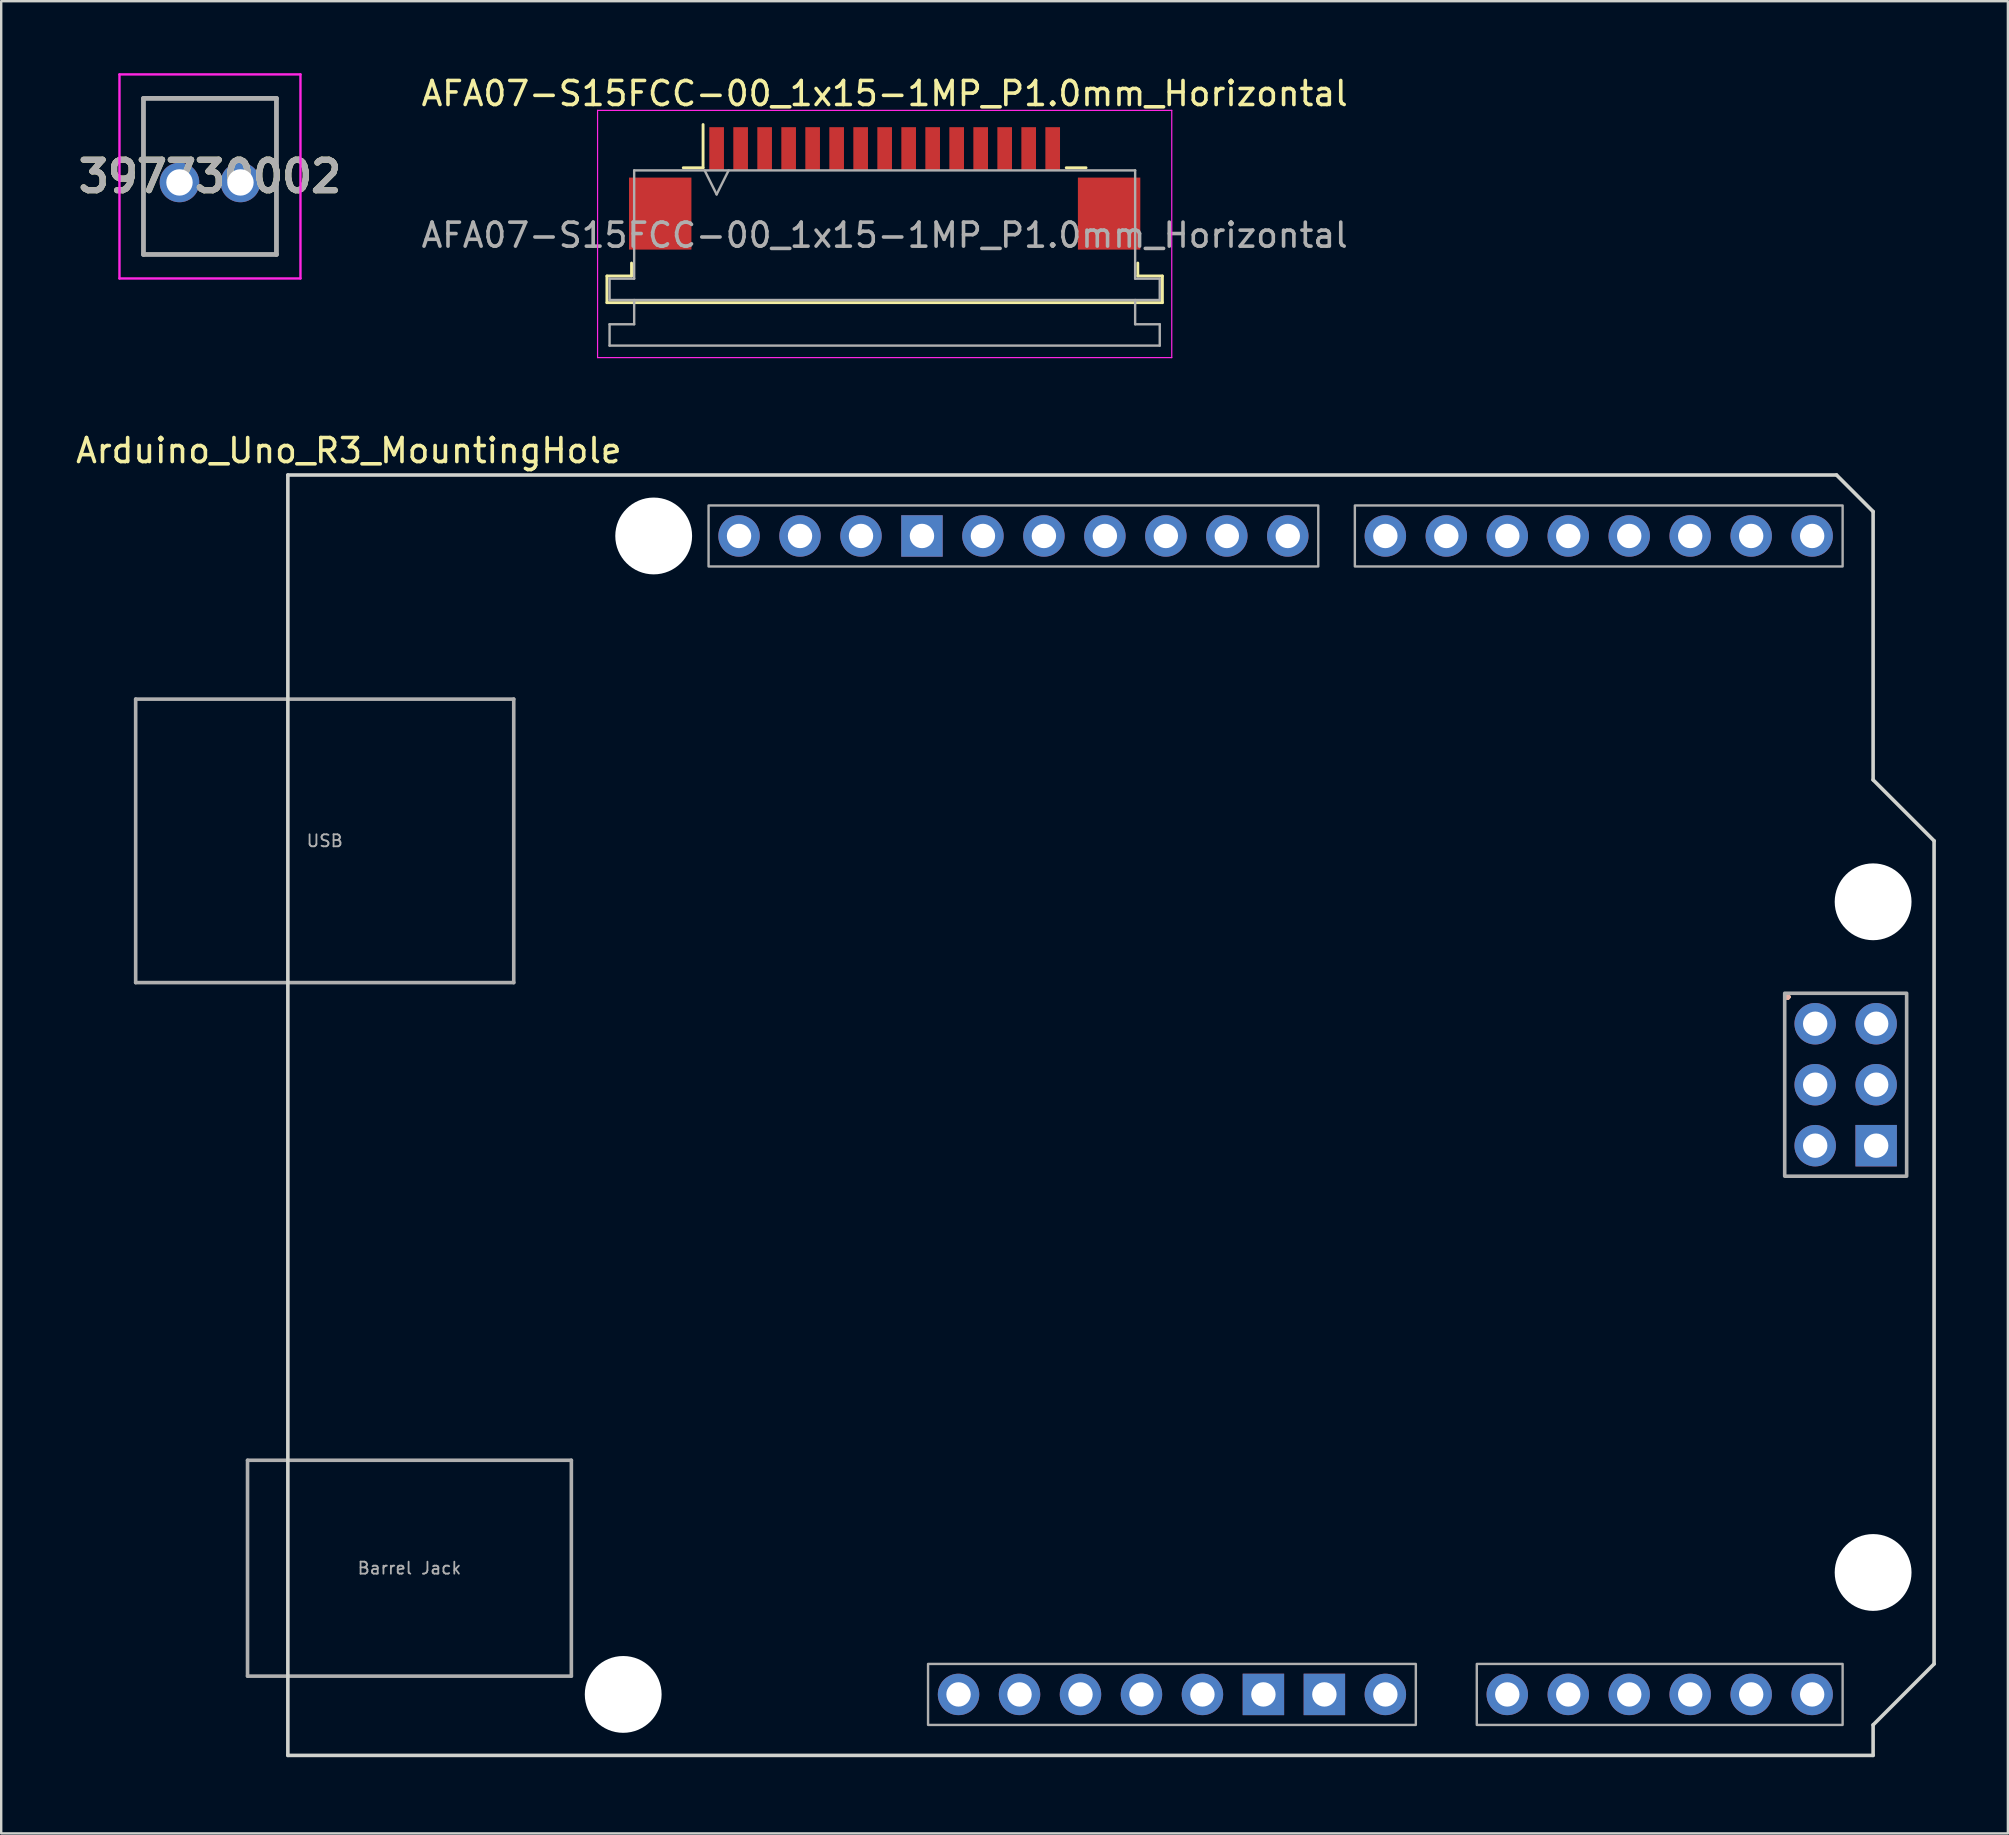
<source format=kicad_pcb>
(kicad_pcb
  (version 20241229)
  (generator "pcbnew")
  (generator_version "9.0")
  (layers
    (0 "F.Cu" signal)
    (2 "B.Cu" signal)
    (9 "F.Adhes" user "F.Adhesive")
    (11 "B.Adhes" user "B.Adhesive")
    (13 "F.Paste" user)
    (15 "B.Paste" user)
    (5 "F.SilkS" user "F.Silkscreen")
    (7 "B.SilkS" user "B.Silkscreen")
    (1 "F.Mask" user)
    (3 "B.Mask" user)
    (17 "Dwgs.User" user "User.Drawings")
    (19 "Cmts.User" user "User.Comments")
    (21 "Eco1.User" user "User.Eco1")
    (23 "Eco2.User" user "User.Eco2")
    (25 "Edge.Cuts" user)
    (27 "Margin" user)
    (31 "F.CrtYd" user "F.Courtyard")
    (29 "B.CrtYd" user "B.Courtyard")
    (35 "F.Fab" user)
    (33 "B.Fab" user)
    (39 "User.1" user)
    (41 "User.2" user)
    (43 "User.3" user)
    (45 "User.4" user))
  (footprint "AFA07-S15FCC-00_1x15-1MP_P1.0mm_Horizontal"
    (layer "F.Cu")
    (at 33.804 4.848)
    (property "Reference" "AFA07-S15FCC-00_1x15-1MP_P1.0mm_Horizontal" (at 0 -4 0) (layer "F.SilkS") (effects (font (size 1 1) (thickness 0.15))))
    (attr smd)
    (fp_line (start -11.57 3.6) (end -10.545 3.6) (stroke (width 0.12) (type solid)) (layer "F.SilkS"))
    (fp_line (start -11.57 4.71) (end -11.57 3.6) (stroke (width 0.12) (type solid)) (layer "F.SilkS"))
    (fp_line (start -10.545 3.6) (end -10.545 3.06) (stroke (width 0.12) (type solid)) (layer "F.SilkS"))
    (fp_line (start -8.39 -0.91) (end -7.565 -0.91) (stroke (width 0.12) (type solid)) (layer "F.SilkS"))
    (fp_line (start -7.565 -0.91) (end -7.565 -2.71) (stroke (width 0.12) (type solid)) (layer "F.SilkS"))
    (fp_line (start 7.565 -0.91) (end 8.39 -0.91) (stroke (width 0.12) (type solid)) (layer "F.SilkS"))
    (fp_line (start 10.545 3.06) (end 10.545 3.6) (stroke (width 0.12) (type solid)) (layer "F.SilkS"))
    (fp_line (start 10.545 3.6) (end 11.57 3.6) (stroke (width 0.12) (type solid)) (layer "F.SilkS"))
    (fp_line (start 11.57 3.6) (end 11.57 4.71) (stroke (width 0.12) (type solid)) (layer "F.SilkS"))
    (fp_line (start 11.57 4.71) (end -11.57 4.71) (stroke (width 0.12) (type solid)) (layer "F.SilkS"))
    (fp_line (start -11.96 -3.3) (end -11.96 7) (stroke (width 0.05) (type solid)) (layer "F.CrtYd"))
    (fp_line (start -11.96 7) (end 11.96 7) (stroke (width 0.05) (type solid)) (layer "F.CrtYd"))
    (fp_line (start 11.96 -3.3) (end -11.96 -3.3) (stroke (width 0.05) (type solid)) (layer "F.CrtYd"))
    (fp_line (start 11.96 7) (end 11.96 -3.3) (stroke (width 0.05) (type solid)) (layer "F.CrtYd"))
    (fp_line (start -11.46 3.71) (end -10.435 3.71) (stroke (width 0.1) (type solid)) (layer "F.Fab"))
    (fp_line (start -11.46 4.6) (end -11.46 3.71) (stroke (width 0.1) (type solid)) (layer "F.Fab"))
    (fp_line (start -11.46 5.61) (end -10.435 5.61) (stroke (width 0.1) (type solid)) (layer "F.Fab"))
    (fp_line (start -11.46 6.5) (end -11.46 5.61) (stroke (width 0.1) (type solid)) (layer "F.Fab"))
    (fp_line (start -10.435 -0.8) (end 10.435 -0.8) (stroke (width 0.1) (type solid)) (layer "F.Fab"))
    (fp_line (start -10.435 3.71) (end -10.435 -0.8) (stroke (width 0.1) (type solid)) (layer "F.Fab"))
    (fp_line (start -10.435 5.61) (end -10.435 4.6) (stroke (width 0.1) (type solid)) (layer "F.Fab"))
    (fp_line (start -7.5 -0.8) (end -7 0.2) (stroke (width 0.1) (type solid)) (layer "F.Fab"))
    (fp_line (start -7 0.2) (end -6.5 -0.8) (stroke (width 0.1) (type solid)) (layer "F.Fab"))
    (fp_line (start 10.435 -0.8) (end 10.435 3.71) (stroke (width 0.1) (type solid)) (layer "F.Fab"))
    (fp_line (start 10.435 3.71) (end 11.46 3.71) (stroke (width 0.1) (type solid)) (layer "F.Fab"))
    (fp_line (start 10.435 4.6) (end 10.435 5.61) (stroke (width 0.1) (type solid)) (layer "F.Fab"))
    (fp_line (start 10.435 5.61) (end 11.46 5.61) (stroke (width 0.1) (type solid)) (layer "F.Fab"))
    (fp_line (start 11.46 3.71) (end 11.46 4.6) (stroke (width 0.1) (type solid)) (layer "F.Fab"))
    (fp_line (start 11.46 4.6) (end -11.46 4.6) (stroke (width 0.1) (type solid)) (layer "F.Fab"))
    (fp_line (start 11.46 5.61) (end 11.46 6.5) (stroke (width 0.1) (type solid)) (layer "F.Fab"))
    (fp_line (start 11.46 6.5) (end -11.46 6.5) (stroke (width 0.1) (type solid)) (layer "F.Fab"))
    (fp_text user "${REFERENCE}" (at 0 1.9 0) (layer "F.Fab") (effects (font (size 1 1) (thickness 0.15))))
    (pad "1" smd rect (at -7 -1.7) (size 0.61 1.8) (layers "F.Cu" "F.Mask" "F.Paste"))
    (pad "2" smd rect (at -6 -1.7) (size 0.61 1.8) (layers "F.Cu" "F.Mask" "F.Paste"))
    (pad "3" smd rect (at -5 -1.7) (size 0.61 1.8) (layers "F.Cu" "F.Mask" "F.Paste"))
    (pad "4" smd rect (at -4 -1.7) (size 0.61 1.8) (layers "F.Cu" "F.Mask" "F.Paste"))
    (pad "5" smd rect (at -3 -1.7) (size 0.61 1.8) (layers "F.Cu" "F.Mask" "F.Paste"))
    (pad "6" smd rect (at -2 -1.7) (size 0.61 1.8) (layers "F.Cu" "F.Mask" "F.Paste"))
    (pad "7" smd rect (at -1 -1.7) (size 0.61 1.8) (layers "F.Cu" "F.Mask" "F.Paste"))
    (pad "8" smd rect (at 0 -1.7) (size 0.61 1.8) (layers "F.Cu" "F.Mask" "F.Paste"))
    (pad "9" smd rect (at 1 -1.7) (size 0.61 1.8) (layers "F.Cu" "F.Mask" "F.Paste"))
    (pad "10" smd rect (at 2 -1.7) (size 0.61 1.8) (layers "F.Cu" "F.Mask" "F.Paste"))
    (pad "11" smd rect (at 3 -1.7) (size 0.61 1.8) (layers "F.Cu" "F.Mask" "F.Paste"))
    (pad "12" smd rect (at 4 -1.7) (size 0.61 1.8) (layers "F.Cu" "F.Mask" "F.Paste"))
    (pad "13" smd rect (at 5 -1.7) (size 0.61 1.8) (layers "F.Cu" "F.Mask" "F.Paste"))
    (pad "14" smd rect (at 6 -1.7) (size 0.61 1.8) (layers "F.Cu" "F.Mask" "F.Paste"))
    (pad "15" smd rect (at 7 -1.7) (size 0.61 1.8) (layers "F.Cu" "F.Mask" "F.Paste"))
    (pad "MP" smd rect (at -9.35 1) (size 2.6 3) (layers "F.Cu" "F.Mask" "F.Paste"))
    (pad "MP" smd rect (at 9.35 1) (size 2.6 3) (layers "F.Cu" "F.Mask" "F.Paste")))
  (footprint "397730002"
    (layer "F.Cu")
    (at 4.427 4.55)
    (property "Reference" "397730002" (at 1.27 -0.25 0) (layer "F.SilkS") (effects (font (size 1.27 1.27) (thickness 0.254))))
    (attr through_hole)
    (fp_line (start -1.5 -3.5) (end 4.04 -3.5) (stroke (width 0.1) (type solid)) (layer "F.SilkS"))
    (fp_line (start -1.5 3) (end -1.5 -3.5) (stroke (width 0.1) (type solid)) (layer "F.SilkS"))
    (fp_line (start 4.04 -3.5) (end 4.04 3) (stroke (width 0.1) (type solid)) (layer "F.SilkS"))
    (fp_line (start 4.04 3) (end -1.5 3) (stroke (width 0.1) (type solid)) (layer "F.SilkS"))
    (fp_line (start -2.5 -4.5) (end 5.04 -4.5) (stroke (width 0.1) (type solid)) (layer "F.CrtYd"))
    (fp_line (start -2.5 4) (end -2.5 -4.5) (stroke (width 0.1) (type solid)) (layer "F.CrtYd"))
    (fp_line (start 5.04 -4.5) (end 5.04 4) (stroke (width 0.1) (type solid)) (layer "F.CrtYd"))
    (fp_line (start 5.04 4) (end -2.5 4) (stroke (width 0.1) (type solid)) (layer "F.CrtYd"))
    (fp_line (start -1.5 -3.5) (end 4.04 -3.5) (stroke (width 0.2) (type solid)) (layer "F.Fab"))
    (fp_line (start -1.5 3) (end -1.5 -3.5) (stroke (width 0.2) (type solid)) (layer "F.Fab"))
    (fp_line (start 4.04 -3.5) (end 4.04 3) (stroke (width 0.2) (type solid)) (layer "F.Fab"))
    (fp_line (start 4.04 3) (end -1.5 3) (stroke (width 0.2) (type solid)) (layer "F.Fab"))
    (fp_text user "${REFERENCE}" (at 1.27 -0.25 0) (layer "F.Fab") (effects (font (size 1.27 1.27) (thickness 0.254))))
    (pad "1" thru_hole circle (at 0 0) (size 1.65 1.65) (drill 1.1) (layers "*.Cu" "*.Mask"))
    (pad "2" thru_hole circle (at 2.54 0) (size 1.65 1.65) (drill 1.1) (layers "*.Cu" "*.Mask")))
  (footprint "Arduino_Uno_R3_MountingHole"
    (layer "F.Cu")
    (at 8.942 70.078)
    (property "Reference" "Arduino_Uno_R3_MountingHole" (at 2.54 -54.356 0) (layer "F.SilkS") (effects (font (size 1 1) (thickness 0.15))))
    (attr through_hole)
    (fp_line (start 0 -53.34) (end 0 0) (stroke (width 0.15) (type solid)) (layer "Edge.Cuts"))
    (fp_line (start 0 -53.34) (end 64.516 -53.34) (stroke (width 0.15) (type solid)) (layer "Edge.Cuts"))
    (fp_line (start 0 0) (end 66.04 0) (stroke (width 0.15) (type solid)) (layer "Edge.Cuts"))
    (fp_line (start 64.516 -53.34) (end 66.04 -51.816) (stroke (width 0.15) (type solid)) (layer "Edge.Cuts"))
    (fp_line (start 66.04 -40.64) (end 66.04 -51.816) (stroke (width 0.15) (type solid)) (layer "Edge.Cuts"))
    (fp_line (start 66.04 -1.27) (end 68.58 -3.81) (stroke (width 0.15) (type solid)) (layer "Edge.Cuts"))
    (fp_line (start 66.04 0) (end 66.04 -1.27) (stroke (width 0.15) (type solid)) (layer "Edge.Cuts"))
    (fp_line (start 68.58 -38.1) (end 66.04 -40.64) (stroke (width 0.15) (type solid)) (layer "Edge.Cuts"))
    (fp_line (start 68.58 -3.81) (end 68.58 -38.1) (stroke (width 0.15) (type solid)) (layer "Edge.Cuts"))
    (fp_line (start -6.34 -44.004) (end 9.41 -44.004) (stroke (width 0.15) (type solid)) (layer "F.Fab"))
    (fp_line (start -6.34 -32.194) (end -6.34 -44.004) (stroke (width 0.15) (type solid)) (layer "F.Fab"))
    (fp_line (start -6.34 -32.194) (end 9.41 -32.194) (stroke (width 0.15) (type solid)) (layer "F.Fab"))
    (fp_line (start -1.68 -12.294) (end -1.68 -3.303) (stroke (width 0.15) (type solid)) (layer "F.Fab"))
    (fp_line (start -1.68 -12.294) (end 11.81 -12.294) (stroke (width 0.15) (type solid)) (layer "F.Fab"))
    (fp_line (start -1.68 -3.303) (end 11.81 -3.303) (stroke (width 0.15) (type solid)) (layer "F.Fab"))
    (fp_line (start 9.41 -32.194) (end 9.41 -44.004) (stroke (width 0.15) (type solid)) (layer "F.Fab"))
    (fp_line (start 11.81 -12.294) (end 11.81 -3.303) (stroke (width 0.15) (type solid)) (layer "F.Fab"))
    (fp_rect (start 17.526 -52.07) (end 42.926 -49.53) (stroke (width 0.1) (type solid)) (fill no) (layer "F.Fab"))
    (fp_rect (start 26.67 -3.81) (end 46.99 -1.27) (stroke (width 0.1) (type solid)) (fill no) (layer "F.Fab"))
    (fp_rect (start 44.45 -52.07) (end 64.77 -49.53) (stroke (width 0.1) (type solid)) (fill no) (layer "F.Fab"))
    (fp_rect (start 49.53 -3.81) (end 64.77 -1.27) (stroke (width 0.1) (type solid)) (fill no) (layer "F.Fab"))
    (fp_rect (start 62.357 -31.75) (end 67.437 -24.13) (stroke (width 0.15) (type solid)) (fill no) (layer "F.Fab"))
    (fp_text user "." (at 62.484 -32.004 0) (layer "F.SilkS") (effects (font (size 1 1) (thickness 0.15))))
    (fp_text user "." (at 62.484 -32.004 0) (layer "B.SilkS") (effects (font (size 1 1) (thickness 0.15))))
    (fp_text user "USB" (at 1.535 -38.099 0) (layer "F.Fab") (effects (font (size 0.5 0.5) (thickness 0.075))))
    (fp_text user "Barrel Jack" (at 5.065 -7.798 0) (layer "F.Fab") (effects (font (size 0.5 0.5) (thickness 0.075))))
    (pad "" np_thru_hole circle (at 13.97 -2.54) (size 3.2 3.2) (drill 3.2) (layers "*.Cu" "*.Mask"))
    (pad "" np_thru_hole circle (at 15.24 -50.8) (size 3.2 3.2) (drill 3.2) (layers "*.Cu" "*.Mask"))
    (pad "" thru_hole oval (at 27.94 -2.54) (size 1.727 1.727) (drill 1.016) (layers "*.Cu" "*.Mask"))
    (pad "" np_thru_hole circle (at 66.04 -35.56) (size 3.2 3.2) (drill 3.2) (layers "*.Cu" "*.Mask"))
    (pad "" np_thru_hole circle (at 66.04 -7.62) (size 3.2 3.2) (drill 3.2) (layers "*.Cu" "*.Mask"))
    (pad "3V3" thru_hole oval (at 35.56 -2.54) (size 1.727 1.727) (drill 1.016) (layers "*.Cu" "*.Mask"))
    (pad "5V1" thru_hole oval (at 38.1 -2.54) (size 1.727 1.727) (drill 1.016) (layers "*.Cu" "*.Mask"))
    (pad "5V2" thru_hole oval (at 66.167 -30.48) (size 1.727 1.727) (drill 1.016) (layers "*.Cu" "*.Mask"))
    (pad "A0" thru_hole oval (at 50.8 -2.54) (size 1.727 1.727) (drill 1.016) (layers "*.Cu" "*.Mask"))
    (pad "A1" thru_hole oval (at 53.34 -2.54) (size 1.727 1.727) (drill 1.016) (layers "*.Cu" "*.Mask"))
    (pad "A2" thru_hole oval (at 55.88 -2.54) (size 1.727 1.727) (drill 1.016) (layers "*.Cu" "*.Mask"))
    (pad "A3" thru_hole oval (at 58.42 -2.54) (size 1.727 1.727) (drill 1.016) (layers "*.Cu" "*.Mask"))
    (pad "A4" thru_hole oval (at 60.96 -2.54) (size 1.727 1.727) (drill 1.016) (layers "*.Cu" "*.Mask"))
    (pad "A5" thru_hole oval (at 63.5 -2.54) (size 1.727 1.727) (drill 1.016) (layers "*.Cu" "*.Mask"))
    (pad "AREF" thru_hole oval (at 23.876 -50.8) (size 1.727 1.727) (drill 1.016) (layers "*.Cu" "*.Mask"))
    (pad "D0" thru_hole oval (at 63.5 -50.8) (size 1.727 1.727) (drill 1.016) (layers "*.Cu" "*.Mask"))
    (pad "D1" thru_hole oval (at 60.96 -50.8) (size 1.727 1.727) (drill 1.016) (layers "*.Cu" "*.Mask"))
    (pad "D2" thru_hole oval (at 58.42 -50.8) (size 1.727 1.727) (drill 1.016) (layers "*.Cu" "*.Mask"))
    (pad "D3" thru_hole oval (at 55.88 -50.8) (size 1.727 1.727) (drill 1.016) (layers "*.Cu" "*.Mask"))
    (pad "D4" thru_hole oval (at 53.34 -50.8) (size 1.727 1.727) (drill 1.016) (layers "*.Cu" "*.Mask"))
    (pad "D5" thru_hole oval (at 50.8 -50.8) (size 1.727 1.727) (drill 1.016) (layers "*.Cu" "*.Mask"))
    (pad "D6" thru_hole oval (at 48.26 -50.8) (size 1.727 1.727) (drill 1.016) (layers "*.Cu" "*.Mask"))
    (pad "D7" thru_hole oval (at 45.72 -50.8) (size 1.727 1.727) (drill 1.016) (layers "*.Cu" "*.Mask"))
    (pad "D8" thru_hole oval (at 41.656 -50.8) (size 1.727 1.727) (drill 1.016) (layers "*.Cu" "*.Mask"))
    (pad "D9" thru_hole oval (at 39.116 -50.8) (size 1.727 1.727) (drill 1.016) (layers "*.Cu" "*.Mask"))
    (pad "D10" thru_hole oval (at 36.576 -50.8) (size 1.727 1.727) (drill 1.016) (layers "*.Cu" "*.Mask"))
    (pad "D11" thru_hole oval (at 34.036 -50.8) (size 1.727 1.727) (drill 1.016) (layers "*.Cu" "*.Mask"))
    (pad "D12" thru_hole oval (at 31.496 -50.8) (size 1.727 1.727) (drill 1.016) (layers "*.Cu" "*.Mask"))
    (pad "D13" thru_hole oval (at 28.956 -50.8) (size 1.727 1.727) (drill 1.016) (layers "*.Cu" "*.Mask"))
    (pad "GND1" thru_hole rect (at 26.416 -50.8) (size 1.727 1.727) (drill 1.016) (layers "*.Cu" "*.Mask"))
    (pad "GND2" thru_hole rect (at 40.64 -2.54) (size 1.727 1.727) (drill 1.016) (layers "*.Cu" "*.Mask"))
    (pad "GND3" thru_hole rect (at 43.18 -2.54) (size 1.727 1.727) (drill 1.016) (layers "*.Cu" "*.Mask"))
    (pad "GND4" thru_hole rect (at 66.167 -25.4) (size 1.727 1.727) (drill 1.016) (layers "*.Cu" "*.Mask"))
    (pad "IORF" thru_hole oval (at 30.48 -2.54) (size 1.727 1.727) (drill 1.016) (layers "*.Cu" "*.Mask"))
    (pad "MISO" thru_hole oval (at 63.627 -30.48) (size 1.727 1.727) (drill 1.016) (layers "*.Cu" "*.Mask"))
    (pad "MOSI" thru_hole oval (at 66.167 -27.94) (size 1.727 1.727) (drill 1.016) (layers "*.Cu" "*.Mask"))
    (pad "RST1" thru_hole oval (at 33.02 -2.54) (size 1.727 1.727) (drill 1.016) (layers "*.Cu" "*.Mask"))
    (pad "RST2" thru_hole oval (at 63.627 -25.4) (size 1.727 1.727) (drill 1.016) (layers "*.Cu" "*.Mask"))
    (pad "SCK" thru_hole oval (at 63.627 -27.94) (size 1.727 1.727) (drill 1.016) (layers "*.Cu" "*.Mask"))
    (pad "SCL" thru_hole oval (at 18.796 -50.8) (size 1.727 1.727) (drill 1.016) (layers "*.Cu" "*.Mask"))
    (pad "SDA" thru_hole oval (at 21.336 -50.8) (size 1.727 1.727) (drill 1.016) (layers "*.Cu" "*.Mask"))
    (pad "VIN" thru_hole oval (at 45.72 -2.54) (size 1.727 1.727) (drill 1.016) (layers "*.Cu" "*.Mask")))
  (gr_rect
    (start -3 -3)
    (end 80.597 73.328)
    (stroke (width 0.1) (type default))
    (fill no)
    (layer "Edge.Cuts")))
</source>
